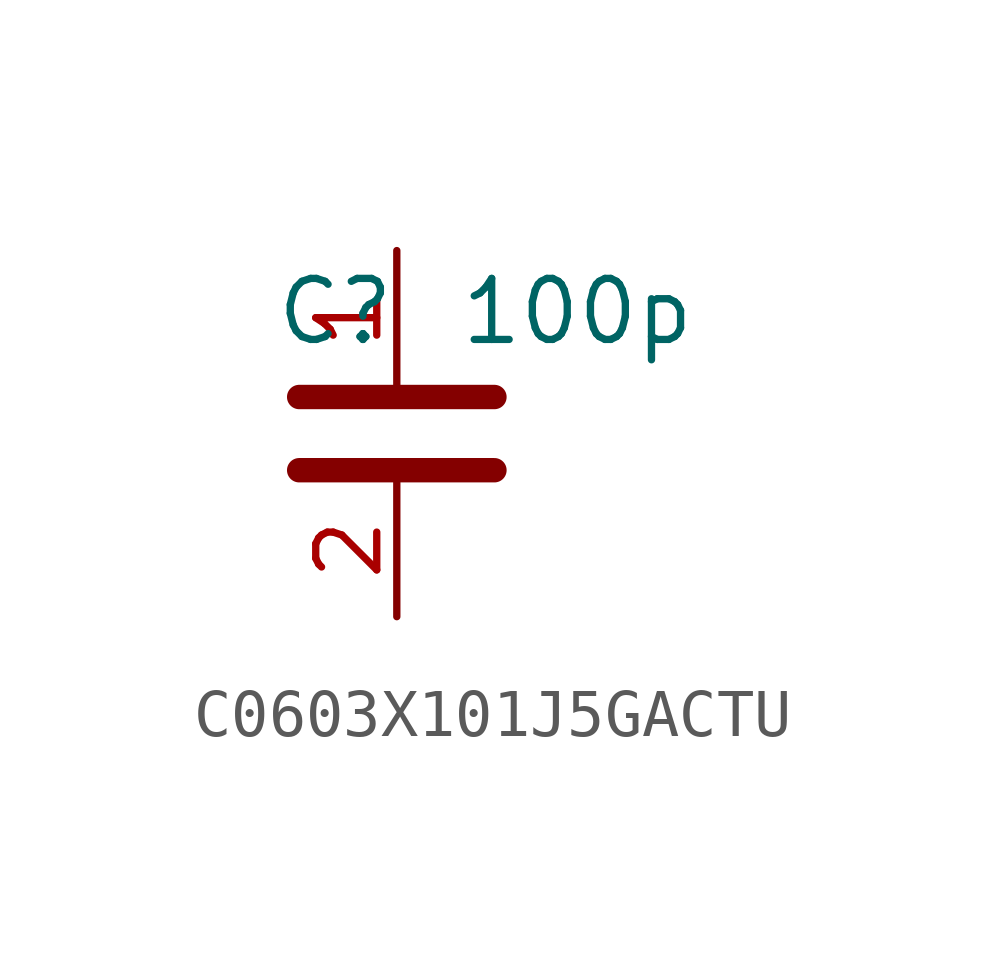
<source format=kicad_sym>
(kicad_symbol_lib
  (version 20241209)
  (generator "kicad_symbol_editor")
  (generator_version "9.0")
  (symbol "C0603X101J5GACTU"
    (property "Reference" "C"
      (at 0 2.54 0)
      (effects (font (size 1.27 1.27)) (justify right)))
    (property "Value" "100p"
      (at 1.27 2.54 0)
      (effects (font (size 1.27 1.27)) (justify left)))
    (symbol "C0603X101J5GACTU_0_1"
      (polyline (pts (xy -2.032 0.762) (xy 2.032 0.762)) (stroke (width 0.508) (type default)) (fill (type none)))
      (polyline (pts (xy -2.032 -0.762) (xy 2.032 -0.762)) (stroke (width 0.508) (type default)) (fill (type none))))
    (symbol "C0603X101J5GACTU_1_1"
      (pin passive line (at 0 3.81 270) (length 2.794) (name "~" (effects (font (size 1.27 1.27)))) (number "1" (effects (font (size 1.27 1.27)))))
      (pin passive line (at 0 -3.81 90) (length 2.794) (name "~" (effects (font (size 1.27 1.27)))) (number "2" (effects (font (size 1.27 1.27))))))))
</source>
